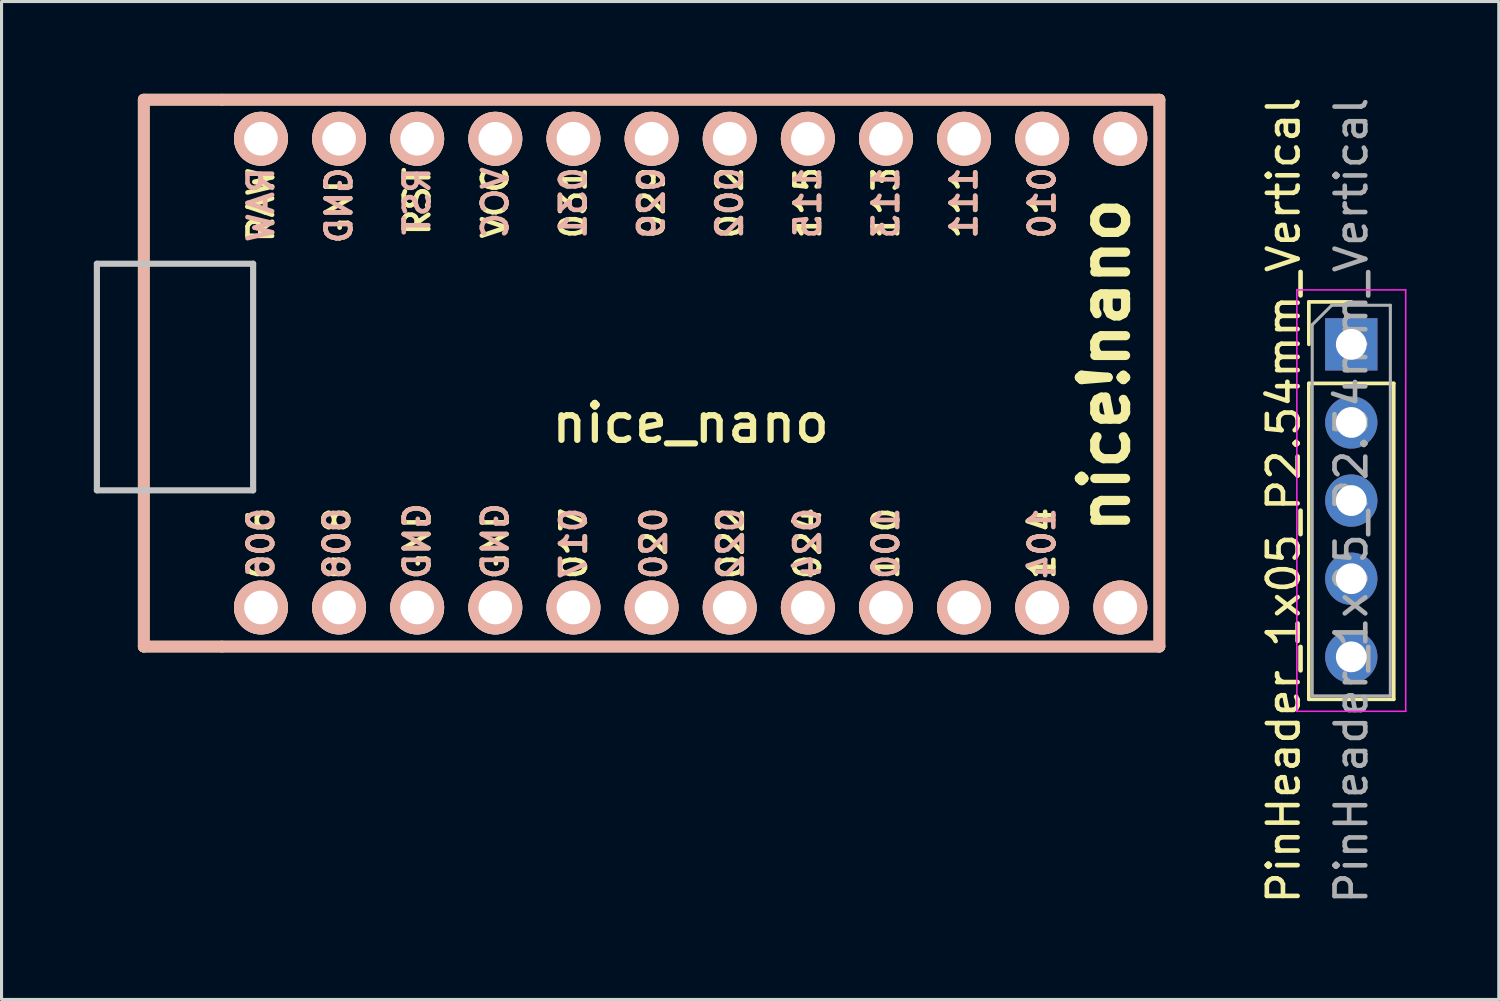
<source format=kicad_pcb>
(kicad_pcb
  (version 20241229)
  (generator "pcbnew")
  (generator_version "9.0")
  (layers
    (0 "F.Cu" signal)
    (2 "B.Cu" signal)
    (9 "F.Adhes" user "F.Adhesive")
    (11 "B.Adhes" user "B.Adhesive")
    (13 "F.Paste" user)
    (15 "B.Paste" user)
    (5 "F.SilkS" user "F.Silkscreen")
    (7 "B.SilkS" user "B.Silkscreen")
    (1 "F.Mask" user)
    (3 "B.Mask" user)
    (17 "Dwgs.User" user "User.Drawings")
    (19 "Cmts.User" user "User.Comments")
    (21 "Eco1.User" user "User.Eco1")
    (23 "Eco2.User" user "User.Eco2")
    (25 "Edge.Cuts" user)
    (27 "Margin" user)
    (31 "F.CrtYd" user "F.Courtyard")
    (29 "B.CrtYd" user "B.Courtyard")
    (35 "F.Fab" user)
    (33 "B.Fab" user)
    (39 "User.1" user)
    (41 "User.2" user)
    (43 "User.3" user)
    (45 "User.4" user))
  (footprint "PinHeader_1x05_P2.54mm_Vertical"
    (layer "F.Cu")
    (at 40.883 8.145)
    (property "Reference" "PinHeader_1x05_P2.54mm_Vertical" (at -2.2 5.075 270) (layer "F.SilkS") (effects (font (size 1 1) (thickness 0.15))))
    (attr through_hole)
    (fp_line (start -1.38 -1.38) (end 0 -1.38) (stroke (width 0.12) (type solid)) (layer "F.SilkS"))
    (fp_line (start -1.38 0) (end -1.38 -1.38) (stroke (width 0.12) (type solid)) (layer "F.SilkS"))
    (fp_line (start -1.38 1.27) (end -1.38 11.54) (stroke (width 0.12) (type solid)) (layer "F.SilkS"))
    (fp_line (start -1.38 1.27) (end 1.38 1.27) (stroke (width 0.12) (type solid)) (layer "F.SilkS"))
    (fp_line (start -1.38 11.54) (end 1.38 11.54) (stroke (width 0.12) (type solid)) (layer "F.SilkS"))
    (fp_line (start 1.38 1.27) (end 1.38 11.54) (stroke (width 0.12) (type solid)) (layer "F.SilkS"))
    (fp_line (start -1.77 -1.77) (end -1.77 11.93) (stroke (width 0.05) (type solid)) (layer "F.CrtYd"))
    (fp_line (start -1.77 11.93) (end 1.77 11.93) (stroke (width 0.05) (type solid)) (layer "F.CrtYd"))
    (fp_line (start 1.77 -1.77) (end -1.77 -1.77) (stroke (width 0.05) (type solid)) (layer "F.CrtYd"))
    (fp_line (start 1.77 11.93) (end 1.77 -1.77) (stroke (width 0.05) (type solid)) (layer "F.CrtYd"))
    (fp_line (start -1.27 -0.635) (end -0.635 -1.27) (stroke (width 0.1) (type solid)) (layer "F.Fab"))
    (fp_line (start -1.27 11.43) (end -1.27 -0.635) (stroke (width 0.1) (type solid)) (layer "F.Fab"))
    (fp_line (start -0.635 -1.27) (end 1.27 -1.27) (stroke (width 0.1) (type solid)) (layer "F.Fab"))
    (fp_line (start 1.27 -1.27) (end 1.27 11.43) (stroke (width 0.1) (type solid)) (layer "F.Fab"))
    (fp_line (start 1.27 11.43) (end -1.27 11.43) (stroke (width 0.1) (type solid)) (layer "F.Fab"))
    (fp_text user "${REFERENCE}" (at 0 5.08 90) (layer "F.Fab") (effects (font (size 1 1) (thickness 0.15))))
    (pad "1" thru_hole rect (at 0 0) (size 1.7 1.7) (drill 1) (layers "*.Cu" "F.Mask"))
    (pad "2" thru_hole circle (at 0 2.54) (size 1.7 1.7) (drill 1) (layers "*.Cu" "F.Mask"))
    (pad "3" thru_hole circle (at 0 5.08) (size 1.7 1.7) (drill 1) (layers "*.Cu" "F.Mask"))
    (pad "4" thru_hole circle (at 0 7.62) (size 1.7 1.7) (drill 1) (layers "*.Cu" "F.Mask"))
    (pad "5" thru_hole circle (at 0 10.16) (size 1.7 1.7) (drill 1) (layers "*.Cu" "F.Mask")))
  (footprint "nice_nano"
    (layer "F.Cu")
    (at 19.404 9.081)
    (property "Reference" "nice_nano" (at 0 1.625 0) (layer "F.SilkS") (effects (font (size 1.2 1.2) (thickness 0.203))))
    (attr through_hole)
    (fp_line (start -17.78 -8.89) (end -17.78 8.89) (stroke (width 0.381) (type solid)) (layer "F.SilkS"))
    (fp_line (start -17.78 8.89) (end -15.24 8.89) (stroke (width 0.381) (type solid)) (layer "F.SilkS"))
    (fp_line (start -15.24 -8.89) (end -17.78 -8.89) (stroke (width 0.381) (type solid)) (layer "F.SilkS"))
    (fp_line (start -15.24 8.89) (end 15.24 8.89) (stroke (width 0.381) (type solid)) (layer "F.SilkS"))
    (fp_line (start 15.24 -8.89) (end -15.24 -8.89) (stroke (width 0.381) (type solid)) (layer "F.SilkS"))
    (fp_line (start 15.24 8.89) (end 15.24 -8.89) (stroke (width 0.381) (type solid)) (layer "F.SilkS"))
    (fp_line (start -17.78 -8.89) (end -17.78 8.89) (stroke (width 0.381) (type solid)) (layer "B.SilkS"))
    (fp_line (start -17.78 8.89) (end 15.24 8.89) (stroke (width 0.381) (type solid)) (layer "B.SilkS"))
    (fp_line (start 15.24 -8.89) (end -17.78 -8.89) (stroke (width 0.381) (type solid)) (layer "B.SilkS"))
    (fp_line (start 15.24 8.89) (end 15.24 -8.89) (stroke (width 0.381) (type solid)) (layer "B.SilkS"))
    (fp_line (start -19.304 -3.556) (end -14.224 -3.556) (stroke (width 0.2) (type solid)) (layer "Dwgs.User"))
    (fp_line (start -19.304 3.81) (end -19.304 -3.556) (stroke (width 0.2) (type solid)) (layer "Dwgs.User"))
    (fp_line (start -14.224 -3.556) (end -14.224 3.81) (stroke (width 0.2) (type solid)) (layer "Dwgs.User"))
    (fp_line (start -14.224 3.81) (end -19.304 3.81) (stroke (width 0.2) (type solid)) (layer "Dwgs.User"))
    (fp_text user "029" (at -1.27 -5.537 90) (layer "F.SilkS") (effects (font (size 0.8 0.8) (thickness 0.15))))
    (fp_text user "100" (at 6.35 5.537 90) (layer "F.SilkS") (effects (font (size 0.8 0.8) (thickness 0.15))))
    (fp_text user "020" (at -1.2 5.537 90) (layer "F.SilkS") (effects (font (size 0.8 0.8) (thickness 0.15))))
    (fp_text user "022" (at 1.3 5.537 90) (layer "F.SilkS") (effects (font (size 0.8 0.8) (thickness 0.15))))
    (fp_text user "006" (at -13.97 5.537 90) (layer "F.SilkS") (effects (font (size 0.8 0.8) (thickness 0.15))))
    (fp_text user "024" (at 3.81 5.537 90) (layer "F.SilkS") (effects (font (size 0.8 0.8) (thickness 0.15))))
    (fp_text user "113" (at 6.35 -5.537 90) (layer "F.SilkS") (effects (font (size 0.8 0.8) (thickness 0.15))))
    (fp_text user "017" (at -3.8 5.537 90) (layer "F.SilkS") (effects (font (size 0.8 0.8) (thickness 0.15))))
    (fp_text user "nice!nano" (at 13.462 -0.254 90) (layer "F.SilkS") (effects (font (size 1.5 1.5) (thickness 0.3))))
    (fp_text user "115" (at 3.81 -5.537 90) (layer "F.SilkS") (effects (font (size 0.8 0.8) (thickness 0.15))))
    (fp_text user "002" (at 1.27 -5.537 90) (layer "F.SilkS") (effects (font (size 0.8 0.8) (thickness 0.15))))
    (fp_text user "031" (at -3.81 -5.537 90) (layer "F.SilkS") (effects (font (size 0.8 0.8) (thickness 0.15))))
    (fp_text user "010" (at 11.43 -5.537 90) (layer "F.SilkS") (effects (font (size 0.8 0.8) (thickness 0.15))))
    (fp_text user "GND" (at -8.89 5.461 90) (layer "F.SilkS") (effects (font (size 0.8 0.8) (thickness 0.15))))
    (fp_text user "RAW" (at -13.97 -5.474 90) (layer "F.SilkS") (effects (font (size 0.8 0.8) (thickness 0.15))))
    (fp_text user "008" (at -11.5 5.537 90) (layer "F.SilkS") (effects (font (size 0.8 0.8) (thickness 0.15))))
    (fp_text user "104" (at 11.43 5.537 90) (layer "F.SilkS") (effects (font (size 0.8 0.8) (thickness 0.15))))
    (fp_text user "GND" (at -11.43 -5.455 90) (layer "F.SilkS") (effects (font (size 0.8 0.8) (thickness 0.15))))
    (fp_text user "111" (at 8.89 -5.537 90) (layer "F.SilkS") (effects (font (size 0.8 0.8) (thickness 0.15))))
    (fp_text user "GND" (at -6.35 5.461 90) (layer "F.SilkS") (effects (font (size 0.8 0.8) (thickness 0.15))))
    (fp_text user "RST" (at -8.89 -5.588 90) (layer "F.SilkS") (effects (font (size 0.8 0.8) (thickness 0.15))))
    (fp_text user "VCC" (at -6.35 -5.537 90) (layer "F.SilkS") (effects (font (size 0.8 0.8) (thickness 0.15))))
    (fp_text user "002" (at 1.27 -5.537 90) (layer "B.SilkS") (effects (font (size 0.8 0.8) (thickness 0.15)) (justify mirror)))
    (fp_text user "010" (at 11.43 -5.537 90) (layer "B.SilkS") (effects (font (size 0.8 0.8) (thickness 0.15)) (justify mirror)))
    (fp_text user "RAW" (at -13.97 -5.474 90) (layer "B.SilkS") (effects (font (size 0.8 0.8) (thickness 0.15)) (justify mirror)))
    (fp_text user "RST" (at -8.89 -5.588 90) (layer "B.SilkS") (effects (font (size 0.8 0.8) (thickness 0.15)) (justify mirror)))
    (fp_text user "GND" (at -8.89 5.461 90) (layer "B.SilkS") (effects (font (size 0.8 0.8) (thickness 0.15)) (justify mirror)))
    (fp_text user "022" (at 1.3 5.537 90) (layer "B.SilkS") (effects (font (size 0.8 0.8) (thickness 0.15)) (justify mirror)))
    (fp_text user "100" (at 6.35 5.537 90) (layer "B.SilkS") (effects (font (size 0.8 0.8) (thickness 0.15)) (justify mirror)))
    (fp_text user "024" (at 3.8 5.537 90) (layer "B.SilkS") (effects (font (size 0.8 0.8) (thickness 0.15)) (justify mirror)))
    (fp_text user "020" (at -1.2 5.537 90) (layer "B.SilkS") (effects (font (size 0.8 0.8) (thickness 0.15)) (justify mirror)))
    (fp_text user "VCC" (at -6.35 -5.537 90) (layer "B.SilkS") (effects (font (size 0.8 0.8) (thickness 0.15)) (justify mirror)))
    (fp_text user "006" (at -13.97 5.537 90) (layer "B.SilkS") (effects (font (size 0.8 0.8) (thickness 0.15)) (justify mirror)))
    (fp_text user "008" (at -11.5 5.537 90) (layer "B.SilkS") (effects (font (size 0.8 0.8) (thickness 0.15)) (justify mirror)))
    (fp_text user "017" (at -3.81 5.537 90) (layer "B.SilkS") (effects (font (size 0.8 0.8) (thickness 0.15)) (justify mirror)))
    (fp_text user "113" (at 6.35 -5.537 90) (layer "B.SilkS") (effects (font (size 0.8 0.8) (thickness 0.15)) (justify mirror)))
    (fp_text user "029" (at -1.27 -5.537 90) (layer "B.SilkS") (effects (font (size 0.8 0.8) (thickness 0.15)) (justify mirror)))
    (fp_text user "GND" (at -11.43 -5.455 90) (layer "B.SilkS") (effects (font (size 0.8 0.8) (thickness 0.15)) (justify mirror)))
    (fp_text user "031" (at -3.81 -5.537 90) (layer "B.SilkS") (effects (font (size 0.8 0.8) (thickness 0.15)) (justify mirror)))
    (fp_text user "104" (at 11.43 5.537 90) (layer "B.SilkS") (effects (font (size 0.8 0.8) (thickness 0.15)) (justify mirror)))
    (fp_text user "GND" (at -6.35 5.461 90) (layer "B.SilkS") (effects (font (size 0.8 0.8) (thickness 0.15)) (justify mirror)))
    (fp_text user "115" (at 3.81 -5.537 90) (layer "B.SilkS") (effects (font (size 0.8 0.8) (thickness 0.15)) (justify mirror)))
    (fp_text user "111" (at 8.89 -5.537 90) (layer "B.SilkS") (effects (font (size 0.8 0.8) (thickness 0.15)) (justify mirror)))
    (pad "1" thru_hole circle (at -13.97 7.62) (size 1.753 1.753) (drill 1.092) (layers "*.Cu" "*.SilkS" "*.Mask"))
    (pad "2" thru_hole circle (at -11.43 7.62) (size 1.753 1.753) (drill 1.092) (layers "*.Cu" "*.SilkS" "*.Mask"))
    (pad "3" thru_hole circle (at -8.89 7.62) (size 1.753 1.753) (drill 1.092) (layers "*.Cu" "*.SilkS" "*.Mask"))
    (pad "4" thru_hole circle (at -6.35 7.62) (size 1.753 1.753) (drill 1.092) (layers "*.Cu" "*.SilkS" "*.Mask"))
    (pad "5" thru_hole circle (at -3.81 7.62) (size 1.753 1.753) (drill 1.092) (layers "*.Cu" "*.SilkS" "*.Mask"))
    (pad "6" thru_hole circle (at -1.27 7.62) (size 1.753 1.753) (drill 1.092) (layers "*.Cu" "*.SilkS" "*.Mask"))
    (pad "7" thru_hole circle (at 1.27 7.62) (size 1.753 1.753) (drill 1.092) (layers "*.Cu" "*.SilkS" "*.Mask"))
    (pad "8" thru_hole circle (at 3.81 7.62) (size 1.753 1.753) (drill 1.092) (layers "*.Cu" "*.SilkS" "*.Mask"))
    (pad "9" thru_hole circle (at 6.35 7.62) (size 1.753 1.753) (drill 1.092) (layers "*.Cu" "*.SilkS" "*.Mask"))
    (pad "10" thru_hole circle (at 8.89 7.62) (size 1.753 1.753) (drill 1.092) (layers "*.Cu" "*.SilkS" "*.Mask"))
    (pad "11" thru_hole circle (at 11.43 7.62) (size 1.753 1.753) (drill 1.092) (layers "*.Cu" "*.SilkS" "*.Mask"))
    (pad "12" thru_hole circle (at 13.97 7.62) (size 1.753 1.753) (drill 1.092) (layers "*.Cu" "*.SilkS" "*.Mask"))
    (pad "13" thru_hole circle (at 13.97 -7.62) (size 1.753 1.753) (drill 1.092) (layers "*.Cu" "*.SilkS" "*.Mask"))
    (pad "14" thru_hole circle (at 11.43 -7.62) (size 1.753 1.753) (drill 1.092) (layers "*.Cu" "*.SilkS" "*.Mask"))
    (pad "15" thru_hole circle (at 8.89 -7.62) (size 1.753 1.753) (drill 1.092) (layers "*.Cu" "*.SilkS" "*.Mask"))
    (pad "16" thru_hole circle (at 6.35 -7.62) (size 1.753 1.753) (drill 1.092) (layers "*.Cu" "*.SilkS" "*.Mask"))
    (pad "17" thru_hole circle (at 3.81 -7.62) (size 1.753 1.753) (drill 1.092) (layers "*.Cu" "*.SilkS" "*.Mask"))
    (pad "18" thru_hole circle (at 1.27 -7.62) (size 1.753 1.753) (drill 1.092) (layers "*.Cu" "*.SilkS" "*.Mask"))
    (pad "19" thru_hole circle (at -1.27 -7.62) (size 1.753 1.753) (drill 1.092) (layers "*.Cu" "*.SilkS" "*.Mask"))
    (pad "20" thru_hole circle (at -3.81 -7.62) (size 1.753 1.753) (drill 1.092) (layers "*.Cu" "*.SilkS" "*.Mask"))
    (pad "21" thru_hole circle (at -6.35 -7.62) (size 1.753 1.753) (drill 1.092) (layers "*.Cu" "*.SilkS" "*.Mask"))
    (pad "22" thru_hole circle (at -8.89 -7.62) (size 1.753 1.753) (drill 1.092) (layers "*.Cu" "*.SilkS" "*.Mask"))
    (pad "23" thru_hole circle (at -11.43 -7.62) (size 1.753 1.753) (drill 1.092) (layers "*.Cu" "*.SilkS" "*.Mask"))
    (pad "24" thru_hole circle (at -13.97 -7.62) (size 1.753 1.753) (drill 1.092) (layers "*.Cu" "*.SilkS" "*.Mask")))
  (gr_rect
    (start -3 -3)
    (end 45.678 29.445)
    (stroke (width 0.1) (type default))
    (fill no)
    (layer "Edge.Cuts")))
</source>
